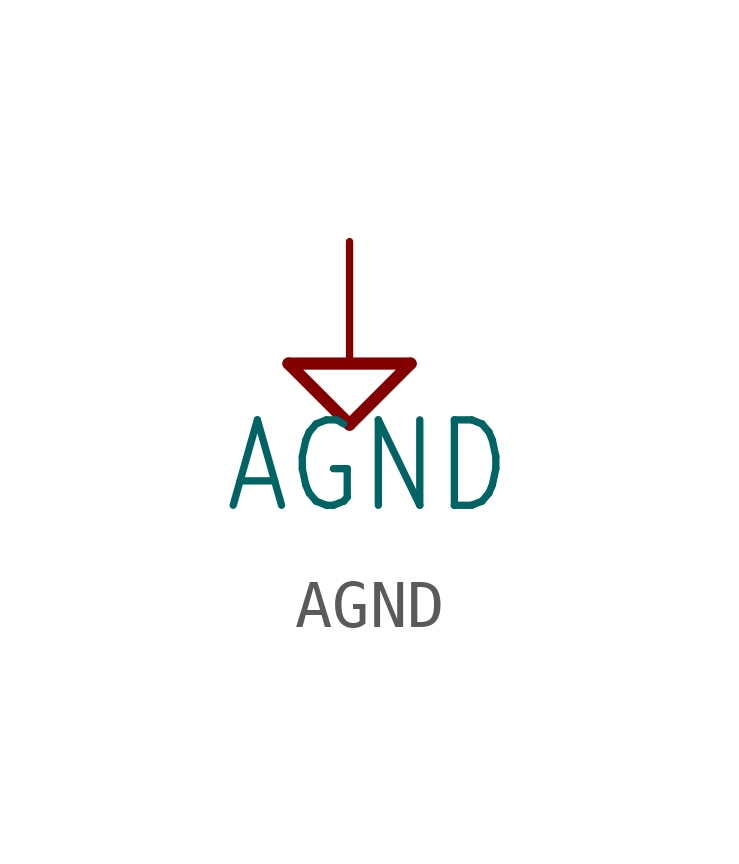
<source format=kicad_sym>
(kicad_symbol_lib
  (version 20211014)
  (generator kicad_symbol_editor)
  (symbol "AGND"
    (power)
    (property "Reference" "#SUPPLY"
      (at 0 0 0)
      (effects (font (size 1.27 1.27)) hide))
    (property "Value" "AGND"
      (at -2.667 -3.175 0)
      (effects (font (size 1.778 1.511)) (justify left bottom)))
    (property "ki_locked" ""
      (at 0 0 0)
      (effects (font (size 1.27 1.27))))
    (symbol "AGND_1_0"
      (polyline (pts (xy -1.27 0) (xy 1.27 0)) (stroke (width 0.254) (type default) (color 0 0 0 0)) (fill (type none)))
      (polyline (pts (xy 0 -1.27) (xy -1.27 0)) (stroke (width 0.254) (type default) (color 0 0 0 0)) (fill (type none)))
      (polyline (pts (xy 1.27 0) (xy 0 -1.27)) (stroke (width 0.254) (type default) (color 0 0 0 0)) (fill (type none)))
      (pin power_in line (at 0 2.54 270) (length 2.54) (name "AGND" (effects (font (size 0 0)))) (number "1" (effects (font (size 0 0))))))))
</source>
